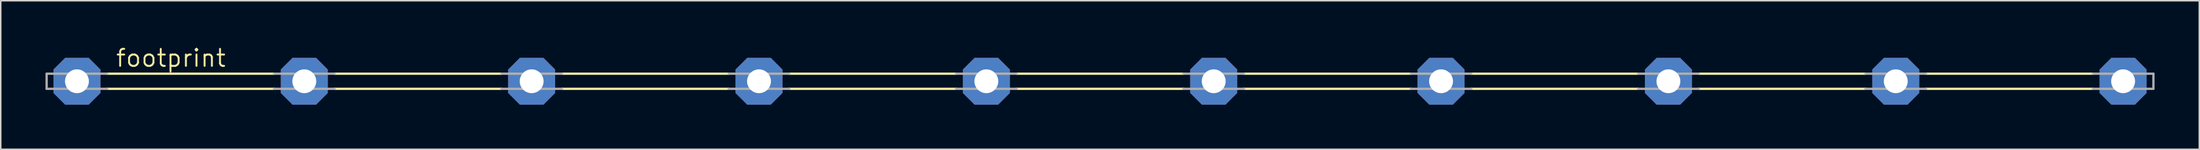
<source format=kicad_pcb>
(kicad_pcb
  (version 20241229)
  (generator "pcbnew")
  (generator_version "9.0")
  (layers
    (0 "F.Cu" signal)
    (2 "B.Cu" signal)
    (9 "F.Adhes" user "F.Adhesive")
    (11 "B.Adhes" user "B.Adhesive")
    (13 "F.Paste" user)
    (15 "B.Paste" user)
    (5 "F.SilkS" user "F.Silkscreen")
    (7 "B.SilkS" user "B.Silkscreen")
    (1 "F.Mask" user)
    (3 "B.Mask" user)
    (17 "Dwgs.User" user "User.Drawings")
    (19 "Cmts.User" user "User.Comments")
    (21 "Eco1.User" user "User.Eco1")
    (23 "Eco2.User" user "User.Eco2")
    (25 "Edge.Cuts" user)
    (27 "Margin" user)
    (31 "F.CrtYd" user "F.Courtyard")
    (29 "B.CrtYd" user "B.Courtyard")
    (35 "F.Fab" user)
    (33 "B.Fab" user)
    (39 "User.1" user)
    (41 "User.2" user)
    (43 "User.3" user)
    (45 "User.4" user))
  (footprint "footprint"
    (layer "F.Cu")
    (at 70.688 2.413)
    (property "Reference" "footprint" (at -66.04 -0.889 0) (layer "F.SilkS") (effects (font (size 1.143 1.143) (thickness 0.127)) (justify left bottom)))
    (fp_line (start -66.548 -0.508) (end -55.372 -0.508) (stroke (width 0.152) (type solid)) (layer "F.SilkS"))
    (fp_line (start -66.548 0.508) (end -55.372 0.508) (stroke (width 0.152) (type solid)) (layer "F.SilkS"))
    (fp_line (start -51.308 -0.508) (end -40.132 -0.508) (stroke (width 0.152) (type solid)) (layer "F.SilkS"))
    (fp_line (start -51.308 0.508) (end -40.132 0.508) (stroke (width 0.152) (type solid)) (layer "F.SilkS"))
    (fp_line (start -36.068 -0.508) (end -24.892 -0.508) (stroke (width 0.152) (type solid)) (layer "F.SilkS"))
    (fp_line (start -36.068 0.508) (end -24.892 0.508) (stroke (width 0.152) (type solid)) (layer "F.SilkS"))
    (fp_line (start -20.828 -0.508) (end -9.652 -0.508) (stroke (width 0.152) (type solid)) (layer "F.SilkS"))
    (fp_line (start -20.828 0.508) (end -9.652 0.508) (stroke (width 0.152) (type solid)) (layer "F.SilkS"))
    (fp_line (start -5.588 -0.508) (end 5.588 -0.508) (stroke (width 0.152) (type solid)) (layer "F.SilkS"))
    (fp_line (start -5.588 0.508) (end 5.588 0.508) (stroke (width 0.152) (type solid)) (layer "F.SilkS"))
    (fp_line (start 9.652 -0.508) (end 20.828 -0.508) (stroke (width 0.152) (type solid)) (layer "F.SilkS"))
    (fp_line (start 9.652 0.508) (end 20.828 0.508) (stroke (width 0.152) (type solid)) (layer "F.SilkS"))
    (fp_line (start 24.892 -0.508) (end 36.068 -0.508) (stroke (width 0.152) (type solid)) (layer "F.SilkS"))
    (fp_line (start 24.892 0.508) (end 36.068 0.508) (stroke (width 0.152) (type solid)) (layer "F.SilkS"))
    (fp_line (start 40.132 -0.508) (end 51.308 -0.508) (stroke (width 0.152) (type solid)) (layer "F.SilkS"))
    (fp_line (start 40.132 0.508) (end 51.308 0.508) (stroke (width 0.152) (type solid)) (layer "F.SilkS"))
    (fp_line (start 55.372 -0.508) (end 66.548 -0.508) (stroke (width 0.152) (type solid)) (layer "F.SilkS"))
    (fp_line (start 55.372 0.508) (end 66.548 0.508) (stroke (width 0.152) (type solid)) (layer "F.SilkS"))
    (fp_line (start -70.612 -0.508) (end -70.612 0.508) (stroke (width 0.152) (type solid)) (layer "F.Fab"))
    (fp_line (start -70.612 0.508) (end -66.548 0.508) (stroke (width 0.152) (type solid)) (layer "F.Fab"))
    (fp_line (start -66.548 -0.508) (end -70.612 -0.508) (stroke (width 0.152) (type solid)) (layer "F.Fab"))
    (fp_line (start -55.372 0.508) (end -51.308 0.508) (stroke (width 0.152) (type solid)) (layer "F.Fab"))
    (fp_line (start -51.308 -0.508) (end -55.372 -0.508) (stroke (width 0.152) (type solid)) (layer "F.Fab"))
    (fp_line (start -36.068 -0.508) (end -40.132 -0.508) (stroke (width 0.152) (type solid)) (layer "F.Fab"))
    (fp_line (start -36.068 0.508) (end -40.132 0.508) (stroke (width 0.152) (type solid)) (layer "F.Fab"))
    (fp_line (start -24.892 0.508) (end -20.828 0.508) (stroke (width 0.152) (type solid)) (layer "F.Fab"))
    (fp_line (start -20.828 -0.508) (end -24.892 -0.508) (stroke (width 0.152) (type solid)) (layer "F.Fab"))
    (fp_line (start -9.652 0.508) (end -5.588 0.508) (stroke (width 0.152) (type solid)) (layer "F.Fab"))
    (fp_line (start -5.588 -0.508) (end -9.652 -0.508) (stroke (width 0.152) (type solid)) (layer "F.Fab"))
    (fp_line (start 9.652 -0.508) (end 5.588 -0.508) (stroke (width 0.152) (type solid)) (layer "F.Fab"))
    (fp_line (start 9.652 0.508) (end 5.588 0.508) (stroke (width 0.152) (type solid)) (layer "F.Fab"))
    (fp_line (start 20.828 0.508) (end 24.892 0.508) (stroke (width 0.152) (type solid)) (layer "F.Fab"))
    (fp_line (start 24.892 -0.508) (end 20.828 -0.508) (stroke (width 0.152) (type solid)) (layer "F.Fab"))
    (fp_line (start 36.068 0.508) (end 40.132 0.508) (stroke (width 0.152) (type solid)) (layer "F.Fab"))
    (fp_line (start 40.132 -0.508) (end 36.068 -0.508) (stroke (width 0.152) (type solid)) (layer "F.Fab"))
    (fp_line (start 55.372 -0.508) (end 51.308 -0.508) (stroke (width 0.152) (type solid)) (layer "F.Fab"))
    (fp_line (start 55.372 0.508) (end 51.308 0.508) (stroke (width 0.152) (type solid)) (layer "F.Fab"))
    (fp_line (start 70.612 -0.508) (end 66.548 -0.508) (stroke (width 0.152) (type solid)) (layer "F.Fab"))
    (fp_line (start 70.612 -0.508) (end 70.612 0.508) (stroke (width 0.152) (type solid)) (layer "F.Fab"))
    (fp_line (start 70.612 0.508) (end 66.548 0.508) (stroke (width 0.152) (type solid)) (layer "F.Fab"))
    (pad "1" thru_hole roundrect (at -68.58 0) (size 3.15 3.15) (drill 1.6) (layers "*.Cu" "*.Mask") (roundrect_rratio 0.25) (chamfer_ratio 0.25) (chamfer top_left top_right bottom_left bottom_right))
    (pad "2" thru_hole roundrect (at -53.34 0) (size 3.15 3.15) (drill 1.6) (layers "*.Cu" "*.Mask") (roundrect_rratio 0.25) (chamfer_ratio 0.25) (chamfer top_left top_right bottom_left bottom_right))
    (pad "3" thru_hole roundrect (at -38.1 0) (size 3.15 3.15) (drill 1.6) (layers "*.Cu" "*.Mask") (roundrect_rratio 0.25) (chamfer_ratio 0.25) (chamfer top_left top_right bottom_left bottom_right))
    (pad "4" thru_hole roundrect (at -22.86 0) (size 3.15 3.15) (drill 1.6) (layers "*.Cu" "*.Mask") (roundrect_rratio 0.25) (chamfer_ratio 0.25) (chamfer top_left top_right bottom_left bottom_right))
    (pad "5" thru_hole roundrect (at -7.62 0) (size 3.15 3.15) (drill 1.6) (layers "*.Cu" "*.Mask") (roundrect_rratio 0.25) (chamfer_ratio 0.25) (chamfer top_left top_right bottom_left bottom_right))
    (pad "6" thru_hole roundrect (at 7.62 0) (size 3.15 3.15) (drill 1.6) (layers "*.Cu" "*.Mask") (roundrect_rratio 0.25) (chamfer_ratio 0.25) (chamfer top_left top_right bottom_left bottom_right))
    (pad "7" thru_hole roundrect (at 22.86 0) (size 3.15 3.15) (drill 1.6) (layers "*.Cu" "*.Mask") (roundrect_rratio 0.25) (chamfer_ratio 0.25) (chamfer top_left top_right bottom_left bottom_right))
    (pad "8" thru_hole roundrect (at 38.1 0) (size 3.15 3.15) (drill 1.6) (layers "*.Cu" "*.Mask") (roundrect_rratio 0.25) (chamfer_ratio 0.25) (chamfer top_left top_right bottom_left bottom_right))
    (pad "9" thru_hole roundrect (at 53.34 0) (size 3.15 3.15) (drill 1.6) (layers "*.Cu" "*.Mask") (roundrect_rratio 0.25) (chamfer_ratio 0.25) (chamfer top_left top_right bottom_left bottom_right))
    (pad "10" thru_hole roundrect (at 68.58 0) (size 3.15 3.15) (drill 1.6) (layers "*.Cu" "*.Mask") (roundrect_rratio 0.25) (chamfer_ratio 0.25) (chamfer top_left top_right bottom_left bottom_right)))
  (gr_rect
    (start -3 -3)
    (end 144.376 6.988)
    (stroke (width 0.1) (type default))
    (fill no)
    (layer "Edge.Cuts")))
</source>
